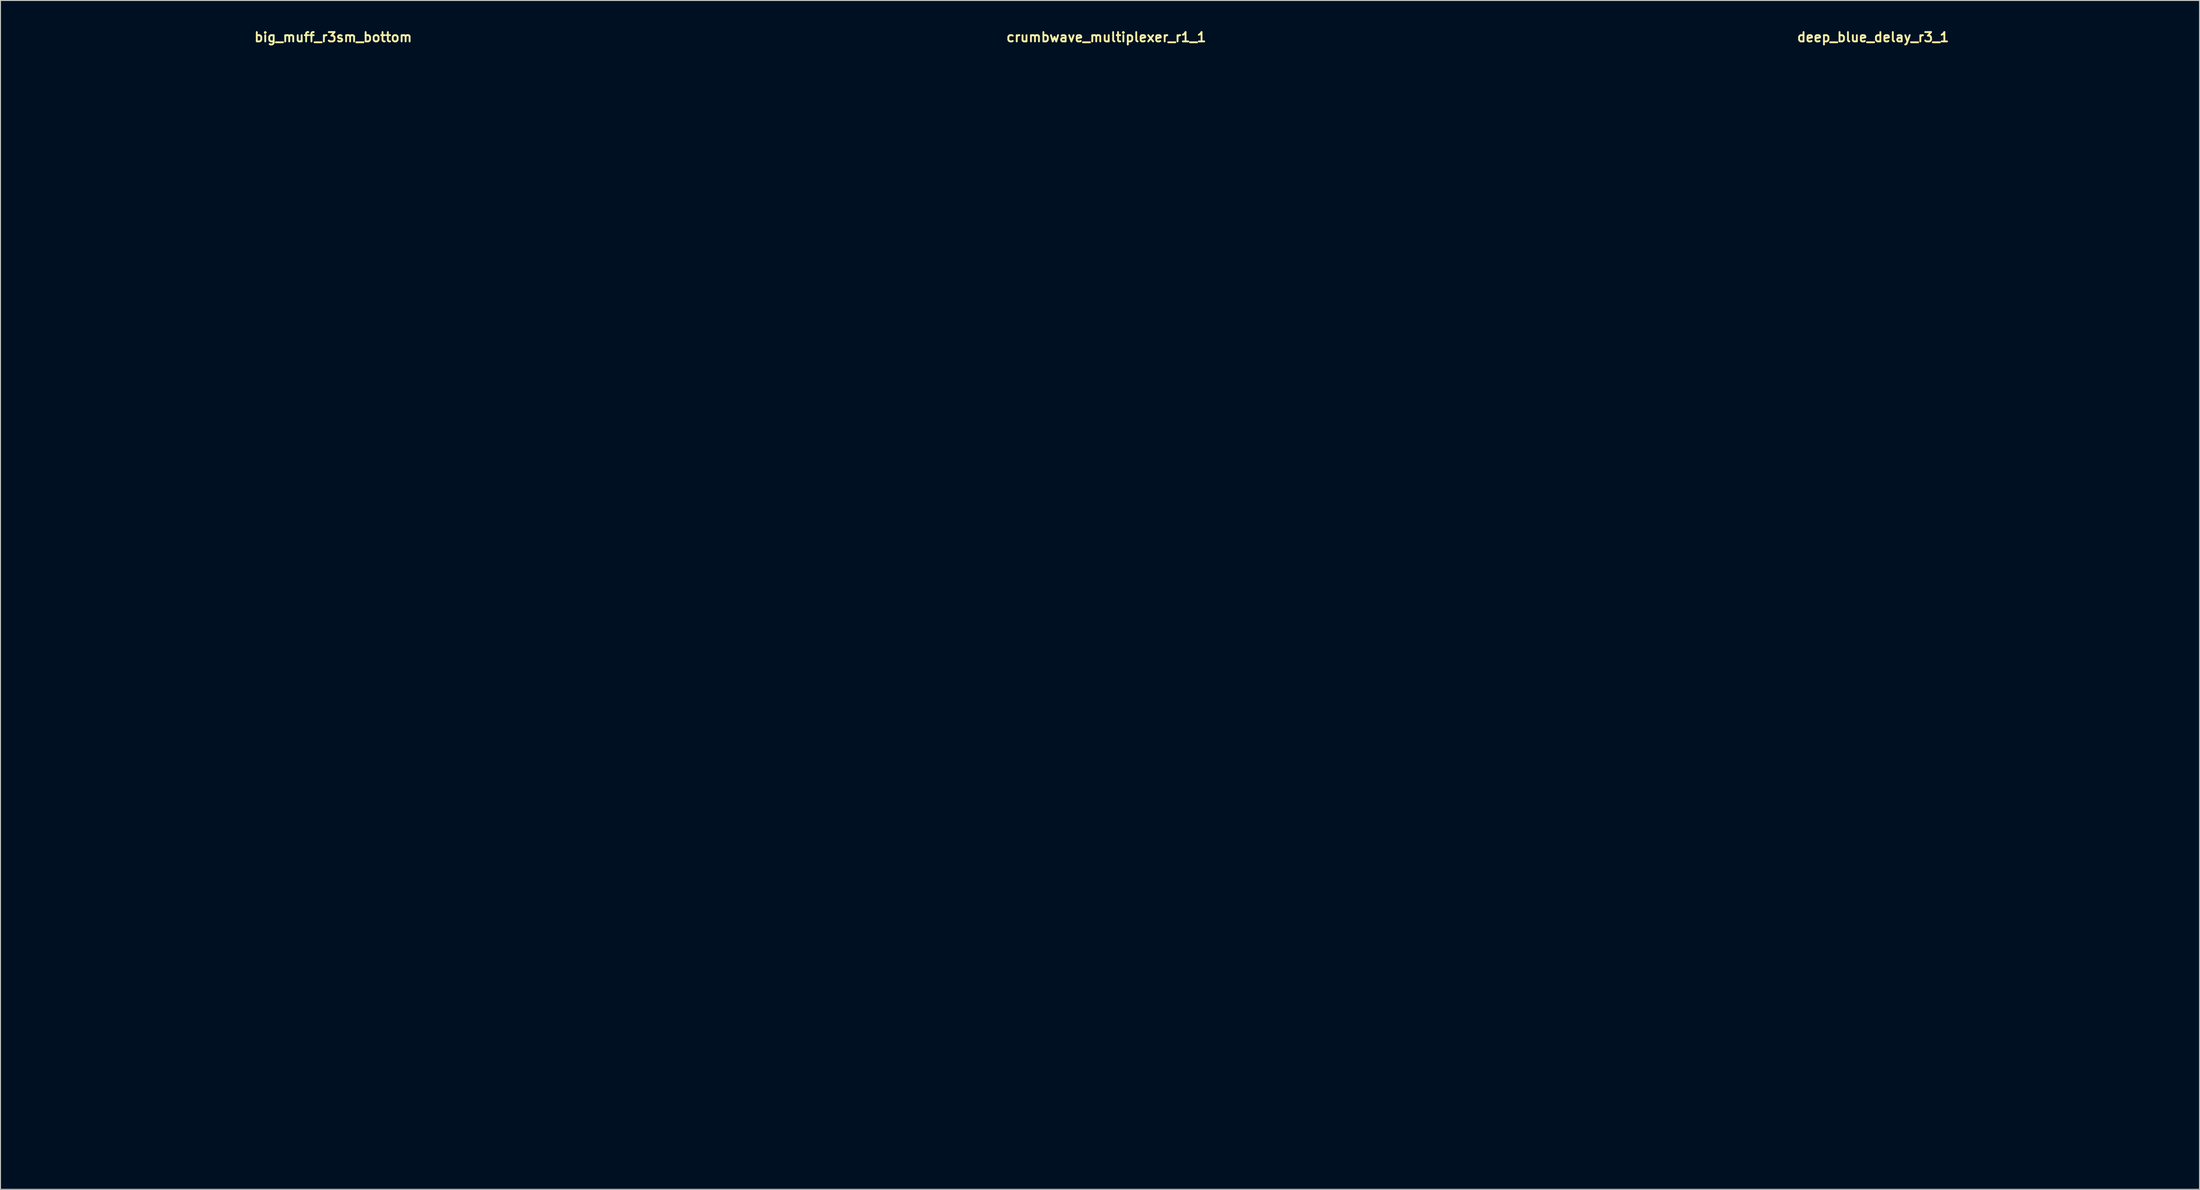
<source format=kicad_pcb>
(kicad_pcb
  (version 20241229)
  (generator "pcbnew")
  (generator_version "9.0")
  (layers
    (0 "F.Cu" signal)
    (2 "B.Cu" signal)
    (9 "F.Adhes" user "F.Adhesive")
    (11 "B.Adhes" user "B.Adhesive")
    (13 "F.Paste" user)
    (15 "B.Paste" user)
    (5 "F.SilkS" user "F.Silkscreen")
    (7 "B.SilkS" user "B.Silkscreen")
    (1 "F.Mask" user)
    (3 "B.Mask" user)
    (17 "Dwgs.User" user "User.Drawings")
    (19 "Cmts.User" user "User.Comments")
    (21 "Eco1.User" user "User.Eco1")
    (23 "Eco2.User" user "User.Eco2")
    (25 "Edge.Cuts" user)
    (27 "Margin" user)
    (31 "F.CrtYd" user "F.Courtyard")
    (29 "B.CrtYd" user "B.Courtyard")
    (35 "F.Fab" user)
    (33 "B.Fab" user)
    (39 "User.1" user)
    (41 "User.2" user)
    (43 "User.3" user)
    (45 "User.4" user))
  (footprint "crumbwave_multiplexer_r1_1"
    (layer "F.Cu")
    (at 115.54 61.515)
    (property "Reference" "crumbwave_multiplexer_r1_1" (at 0 -60.579 0) (layer "F.SilkS") (effects (font (size 1 1) (thickness 0.2))))
    (attr through_hole)
    (fp_line (start -47 -59.75) (end -47 59.75) (stroke (width 0.4) (type solid)) (layer "Eco1.User"))
    (fp_line (start -47 -59.75) (end 47 -59.75) (stroke (width 0.4) (type solid)) (layer "Eco1.User"))
    (fp_line (start -47 59.75) (end 47 59.75) (stroke (width 0.4) (type solid)) (layer "Eco1.User"))
    (fp_line (start -44.75 -57.5) (end -44.75 57.5) (stroke (width 0.4) (type solid)) (layer "Eco1.User"))
    (fp_line (start -44.75 -57.5) (end 44.75 -57.5) (stroke (width 0.4) (type solid)) (layer "Eco1.User"))
    (fp_line (start -44.75 57.5) (end 44.75 57.5) (stroke (width 0.4) (type solid)) (layer "Eco1.User"))
    (fp_line (start 44.75 -57.5) (end 44.75 57.5) (stroke (width 0.4) (type solid)) (layer "Eco1.User"))
    (fp_line (start 47 -59.75) (end 47 59.75) (stroke (width 0.4) (type solid)) (layer "Eco1.User"))
    (fp_circle (center -31.75 -30.28) (end -28.05 -30.28) (stroke (width 0.4) (type solid)) (fill no) (layer "Eco1.User"))
    (fp_circle (center -31.75 -30.28) (end -22.25 -30.28) (stroke (width 0.4) (type solid)) (fill no) (layer "Eco1.User"))
    (fp_circle (center -11.43 -3.81) (end -9.93 -3.81) (stroke (width 0.4) (type solid)) (fill no) (layer "Eco1.User"))
    (fp_circle (center -11.43 -3.81) (end -7.93 -3.81) (stroke (width 0.4) (type solid)) (fill no) (layer "Eco1.User"))
    (fp_circle (center 0 -30.28) (end 3.7 -30.28) (stroke (width 0.4) (type solid)) (fill no) (layer "Eco1.User"))
    (fp_circle (center 0 -30.28) (end 9.5 -30.28) (stroke (width 0.4) (type solid)) (fill no) (layer "Eco1.User"))
    (fp_circle (center 0 -3.81) (end 3 -3.81) (stroke (width 0.4) (type solid)) (fill no) (layer "Eco1.User"))
    (fp_circle (center 0 25.4) (end 2.65 25.4) (stroke (width 0.4) (type solid)) (fill no) (layer "Eco1.User"))
    (fp_circle (center 0 40.64) (end 6.5 40.64) (stroke (width 0.4) (type solid)) (fill no) (layer "Eco1.User"))
    (fp_circle (center 0 40.64) (end 9.75 40.64) (stroke (width 0.4) (type solid)) (fill no) (layer "Eco1.User"))
    (fp_circle (center 11.43 -3.81) (end 12.93 -3.81) (stroke (width 0.4) (type solid)) (fill no) (layer "Eco1.User"))
    (fp_circle (center 11.43 -3.81) (end 14.93 -3.81) (stroke (width 0.4) (type solid)) (fill no) (layer "Eco1.User"))
    (fp_circle (center 31.75 -30.28) (end 35.45 -30.28) (stroke (width 0.4) (type solid)) (fill no) (layer "Eco1.User"))
    (fp_circle (center 31.75 -30.28) (end 41.25 -30.28) (stroke (width 0.4) (type solid)) (fill no) (layer "Eco1.User")))
  (footprint "deep_blue_delay_r3_1"
    (layer "F.Cu")
    (at 197.74 58.975)
    (property "Reference" "deep_blue_delay_r3_1" (at 0 -58.039 0) (layer "F.SilkS") (effects (font (size 1 1) (thickness 0.2))))
    (attr through_hole)
    (fp_line (start -31.8 -57.25) (end -31.8 57.25) (stroke (width 0.4) (type solid)) (layer "Eco1.User"))
    (fp_line (start -31.8 -57.25) (end 31.8 -57.25) (stroke (width 0.4) (type solid)) (layer "Eco1.User"))
    (fp_line (start -31.8 57.25) (end 31.8 57.25) (stroke (width 0.4) (type solid)) (layer "Eco1.User"))
    (fp_line (start -30.45 -55.75) (end -30.45 55.75) (stroke (width 0.4) (type solid)) (layer "Eco1.User"))
    (fp_line (start -30.45 -55.75) (end 30.45 -55.75) (stroke (width 0.4) (type solid)) (layer "Eco1.User"))
    (fp_line (start -30.45 55.75) (end 30.45 55.75) (stroke (width 0.4) (type solid)) (layer "Eco1.User"))
    (fp_line (start 30.45 -55.75) (end 30.45 55.75) (stroke (width 0.4) (type solid)) (layer "Eco1.User"))
    (fp_line (start 31.8 -57.25) (end 31.8 57.25) (stroke (width 0.4) (type solid)) (layer "Eco1.User"))
    (fp_circle (center -19.05 -40.44) (end -15.35 -40.44) (stroke (width 0.4) (type solid)) (fill no) (layer "Eco1.User"))
    (fp_circle (center -19.05 -40.44) (end -9.55 -40.44) (stroke (width 0.4) (type solid)) (fill no) (layer "Eco1.User"))
    (fp_circle (center -8.89 -50.8) (end -7.39 -50.8) (stroke (width 0.4) (type solid)) (fill no) (layer "Eco1.User"))
    (fp_circle (center -8.89 -50.8) (end -5.39 -50.8) (stroke (width 0.4) (type solid)) (fill no) (layer "Eco1.User"))
    (fp_circle (center 0 -26.47) (end 3.7 -26.47) (stroke (width 0.4) (type solid)) (fill no) (layer "Eco1.User"))
    (fp_circle (center 0 -26.47) (end 9.5 -26.47) (stroke (width 0.4) (type solid)) (fill no) (layer "Eco1.User"))
    (fp_circle (center 0 -7.62) (end 2.65 -7.62) (stroke (width 0.4) (type solid)) (fill no) (layer "Eco1.User"))
    (fp_circle (center 0 19.05) (end 6.5 19.05) (stroke (width 0.4) (type solid)) (fill no) (layer "Eco1.User"))
    (fp_circle (center 0 19.05) (end 9.75 19.05) (stroke (width 0.4) (type solid)) (fill no) (layer "Eco1.User"))
    (fp_circle (center 8.89 -50.8) (end 10.39 -50.8) (stroke (width 0.4) (type solid)) (fill no) (layer "Eco1.User"))
    (fp_circle (center 8.89 -50.8) (end 12.39 -50.8) (stroke (width 0.4) (type solid)) (fill no) (layer "Eco1.User"))
    (fp_circle (center 19.05 -40.44) (end 22.75 -40.44) (stroke (width 0.4) (type solid)) (fill no) (layer "Eco1.User"))
    (fp_circle (center 19.05 -40.44) (end 28.55 -40.44) (stroke (width 0.4) (type solid)) (fill no) (layer "Eco1.User"))
    (fp_line (start -31.8 -57.25) (end -31.8 57.25) (stroke (width 0.4) (type solid)) (layer "Eco2.User"))
    (fp_line (start -31.8 -57.25) (end 31.8 -57.25) (stroke (width 0.4) (type solid)) (layer "Eco2.User"))
    (fp_line (start -31.8 57.25) (end 31.8 57.25) (stroke (width 0.4) (type solid)) (layer "Eco2.User"))
    (fp_line (start 31.8 -57.25) (end 31.8 57.25) (stroke (width 0.4) (type solid)) (layer "Eco2.User"))
    (fp_text user "-ТТКРЧПДЛ-\nDEEP BLUE DELAY\nREV. 3" (at 0 42.545 0) (unlocked yes) (layer "Eco2.User") (effects (font (size 3 3) (thickness 0.5))))
    (fp_text user "DELAY" (at 19.05 -27.305 0) (unlocked yes) (layer "Eco2.User") (effects (font (size 3 3) (thickness 0.5))))
    (fp_text user "IN→" (at 28.575 1.27 0) (unlocked yes) (layer "Eco2.User") (effects (font (size 3 3) (thickness 0.5)) (justify right)))
    (fp_text user "←OUT" (at -28.575 1.27 0) (unlocked yes) (layer "Eco2.User") (effects (font (size 3 3) (thickness 0.5)) (justify left)))
    (fp_text user "REPEAT" (at 0 -13.335 0) (unlocked yes) (layer "Eco2.User") (effects (font (size 3 3) (thickness 0.5))))
    (fp_text user "LEVEL" (at -19.05 -27.305 0) (unlocked yes) (layer "Eco2.User") (effects (font (size 3 3) (thickness 0.5))))
    (fp_text user "↑9V↑" (at 0 -51.435 0) (unlocked yes) (layer "Eco2.User") (effects (font (size 3 3) (thickness 0.5)))))
  (footprint "big_muff_r3sm_bottom"
    (layer "F.Cu")
    (at 32.67 59.737)
    (property "Reference" "big_muff_r3sm_bottom" (at 0 -58.801 0) (layer "F.SilkS") (effects (font (size 1 1) (thickness 0.2))))
    (attr through_hole)
    (fp_line (start -32.47 -57.98) (end -32.47 57.98) (stroke (width 0.4) (type solid)) (layer "Eco1.User"))
    (fp_line (start -32.47 -57.98) (end 32.47 -57.98) (stroke (width 0.4) (type solid)) (layer "Eco1.User"))
    (fp_line (start -32.47 -56.98) (end 32.47 -56.98) (stroke (width 0.4) (type solid)) (layer "Eco1.User"))
    (fp_line (start -32.47 -55.98) (end 32.47 -55.98) (stroke (width 0.2) (type solid)) (layer "Eco1.User"))
    (fp_line (start -32.47 55.98) (end 32.47 55.98) (stroke (width 0.2) (type solid)) (layer "Eco1.User"))
    (fp_line (start -32.47 56.98) (end 32.47 56.98) (stroke (width 0.4) (type solid)) (layer "Eco1.User"))
    (fp_line (start -32.47 57.98) (end 32.47 57.98) (stroke (width 0.4) (type solid)) (layer "Eco1.User"))
    (fp_line (start 32.47 -57.98) (end 32.47 57.98) (stroke (width 0.4) (type solid)) (layer "Eco1.User"))
    (fp_circle (center -19.05 -40.44) (end -15.45 -40.44) (stroke (width 0.4) (type solid)) (fill no) (layer "Eco1.User"))
    (fp_circle (center -8.89 -50.8) (end -7.39 -50.8) (stroke (width 0.4) (type solid)) (fill no) (layer "Eco1.User"))
    (fp_circle (center 0 -26.47) (end 3.6 -26.47) (stroke (width 0.4) (type solid)) (fill no) (layer "Eco1.User"))
    (fp_circle (center 0 -7.62) (end 2.65 -7.62) (stroke (width 0.4) (type solid)) (fill no) (layer "Eco1.User"))
    (fp_circle (center 0 19.05) (end 6 19.05) (stroke (width 0.4) (type solid)) (fill no) (layer "Eco1.User"))
    (fp_circle (center 8.89 -50.8) (end 10.39 -50.8) (stroke (width 0.4) (type solid)) (fill no) (layer "Eco1.User"))
    (fp_circle (center 19.05 -40.44) (end 22.65 -40.44) (stroke (width 0.4) (type solid)) (fill no) (layer "Eco1.User")))
  (gr_rect
    (start -3 -3)
    (end 232.74 124.465)
    (stroke (width 0.1) (type default))
    (fill no)
    (layer "Edge.Cuts")))
</source>
